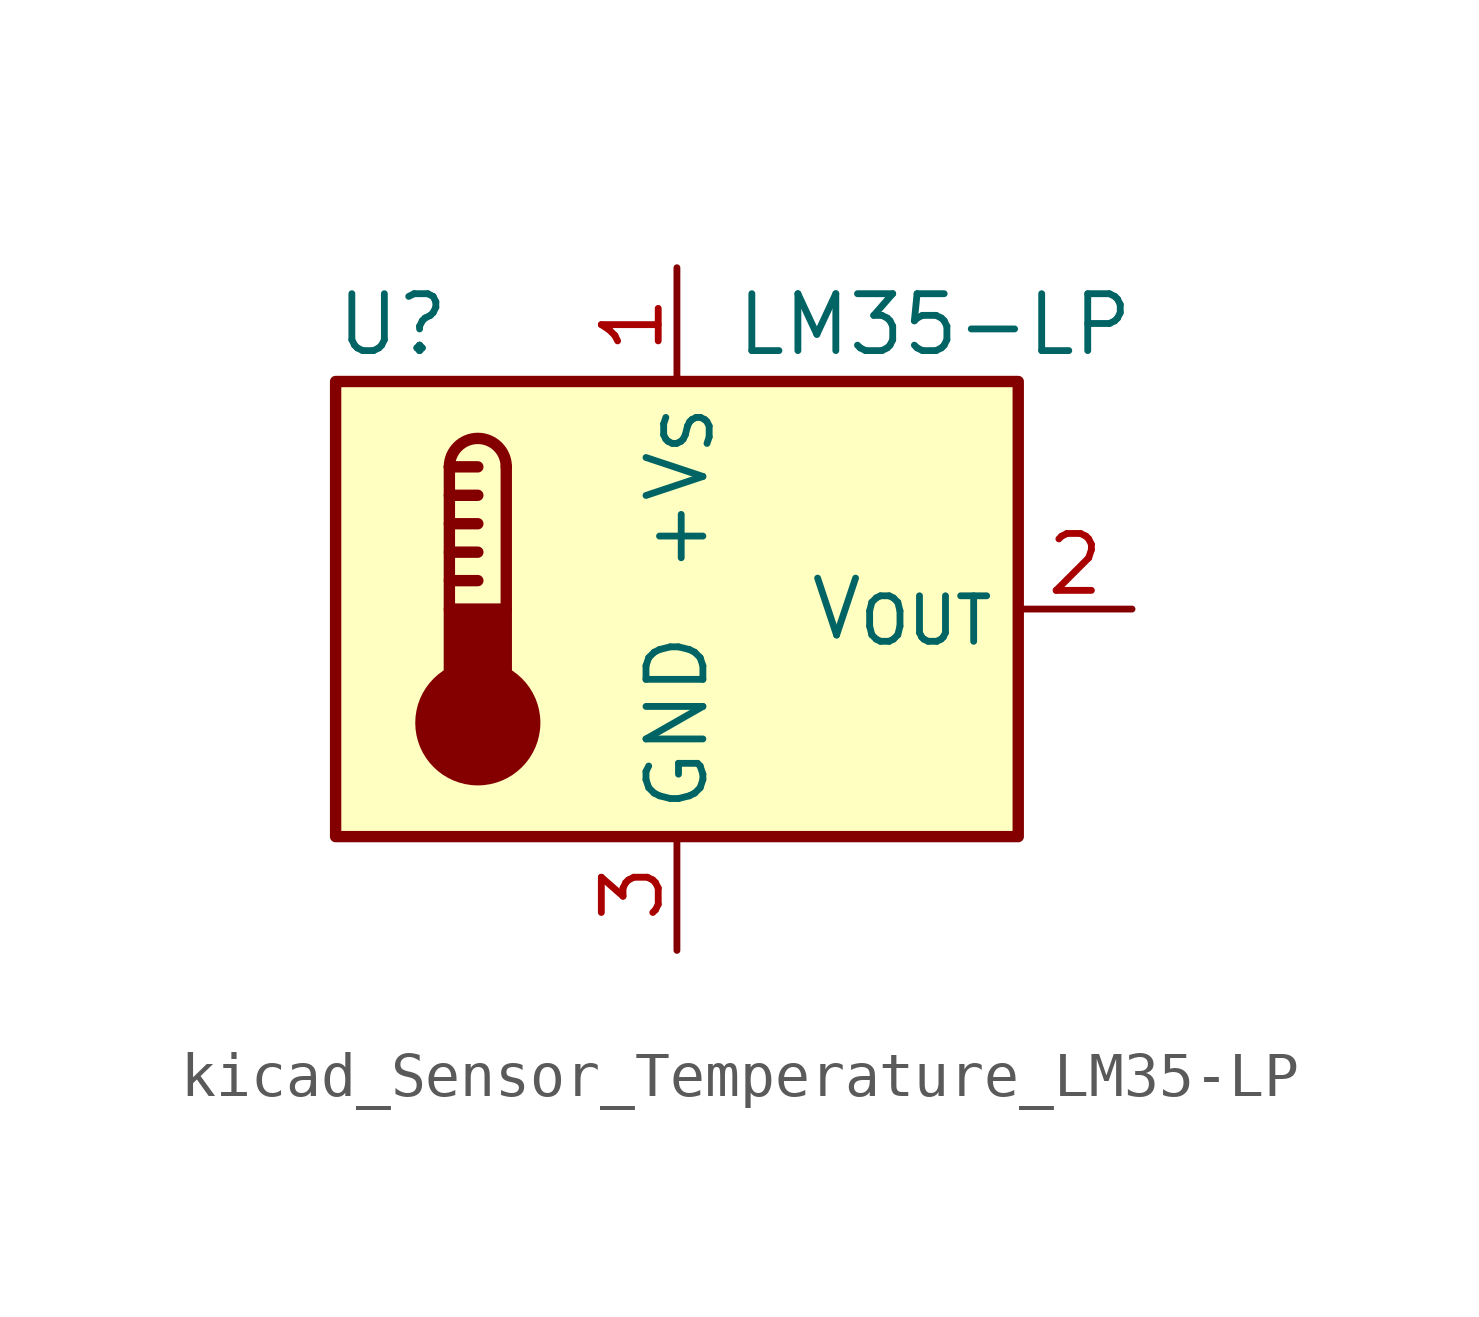
<source format=kicad_sym>
(kicad_symbol_lib
  (version 20220914)
  (generator kicad_symbol_editor)
  (symbol "kicad_Sensor_Temperature_LM35-LP"
    (property "Reference" "U"
      (at -6.35 6.35 0)
      (effects (font (size 1.27 1.27))))
    (property "Value" "LM35-LP"
      (at 1.27 6.35 0)
      (effects (font (size 1.27 1.27)) (justify left)))
    (symbol "kicad_Sensor_Temperature_LM35-LP_0_1"
      (rectangle (start -7.62 5.08) (end 7.62 -5.08) (stroke (width 0.254) (type default)) (fill (type background)))
      (circle (center -4.445 -2.54) (radius 1.27) (stroke (width 0.254) (type default)) (fill (type outline)))
      (rectangle (start -3.81 -1.905) (end -5.08 0) (stroke (width 0.254) (type default)) (fill (type outline)))
      (arc (start -3.81 3.175) (mid -4.445 3.8073) (end -5.08 3.175) (stroke (width 0.254) (type default)) (fill (type none)))
      (polyline (pts (xy -5.08 0.635) (xy -4.445 0.635)) (stroke (width 0.254) (type default)) (fill (type none)))
      (polyline (pts (xy -5.08 1.27) (xy -4.445 1.27)) (stroke (width 0.254) (type default)) (fill (type none)))
      (polyline (pts (xy -5.08 1.905) (xy -4.445 1.905)) (stroke (width 0.254) (type default)) (fill (type none)))
      (polyline (pts (xy -5.08 2.54) (xy -4.445 2.54)) (stroke (width 0.254) (type default)) (fill (type none)))
      (polyline (pts (xy -5.08 3.175) (xy -5.08 0)) (stroke (width 0.254) (type default)) (fill (type none)))
      (polyline (pts (xy -5.08 3.175) (xy -4.445 3.175)) (stroke (width 0.254) (type default)) (fill (type none)))
      (polyline (pts (xy -3.81 3.175) (xy -3.81 0)) (stroke (width 0.254) (type default)) (fill (type none))))
    (symbol "kicad_Sensor_Temperature_LM35-LP_1_1"
      (pin power_in line (at 0 7.62 270) (length 2.54) (name "+V_{S}" (effects (font (size 1.27 1.27)))) (number "1" (effects (font (size 1.27 1.27)))))
      (pin output line (at 10.16 0 180) (length 2.54) (name "V_{OUT}" (effects (font (size 1.27 1.27)))) (number "2" (effects (font (size 1.27 1.27)))))
      (pin power_in line (at 0 -7.62 90) (length 2.54) (name "GND" (effects (font (size 1.27 1.27)))) (number "3" (effects (font (size 1.27 1.27))))))))
</source>
